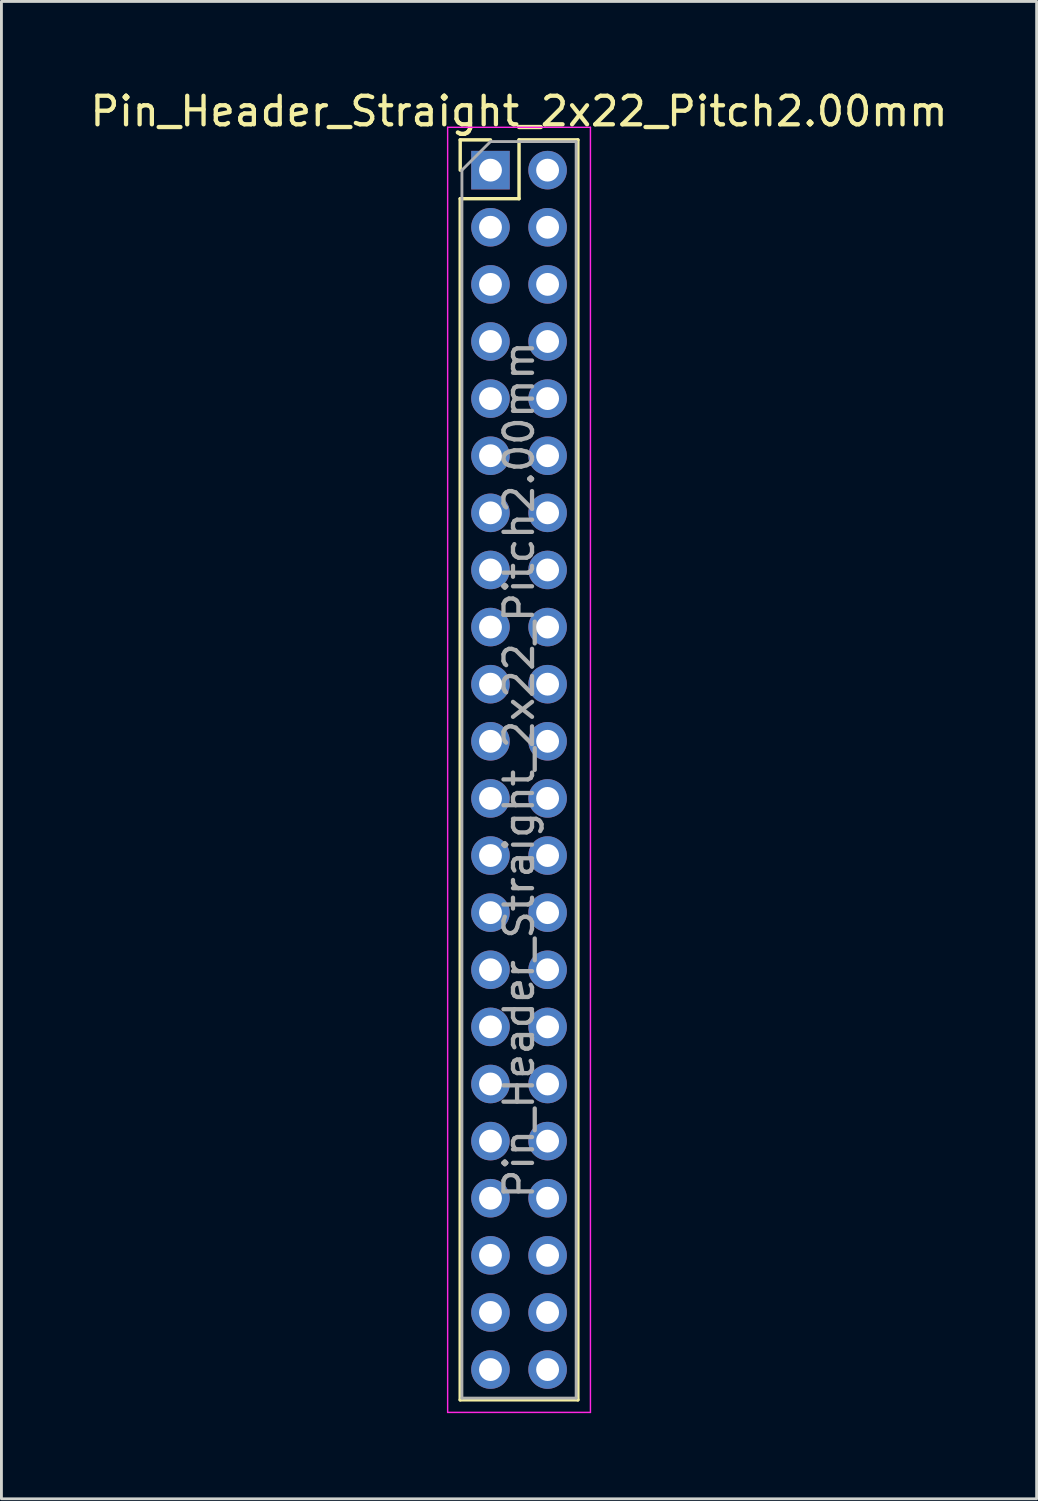
<source format=kicad_pcb>
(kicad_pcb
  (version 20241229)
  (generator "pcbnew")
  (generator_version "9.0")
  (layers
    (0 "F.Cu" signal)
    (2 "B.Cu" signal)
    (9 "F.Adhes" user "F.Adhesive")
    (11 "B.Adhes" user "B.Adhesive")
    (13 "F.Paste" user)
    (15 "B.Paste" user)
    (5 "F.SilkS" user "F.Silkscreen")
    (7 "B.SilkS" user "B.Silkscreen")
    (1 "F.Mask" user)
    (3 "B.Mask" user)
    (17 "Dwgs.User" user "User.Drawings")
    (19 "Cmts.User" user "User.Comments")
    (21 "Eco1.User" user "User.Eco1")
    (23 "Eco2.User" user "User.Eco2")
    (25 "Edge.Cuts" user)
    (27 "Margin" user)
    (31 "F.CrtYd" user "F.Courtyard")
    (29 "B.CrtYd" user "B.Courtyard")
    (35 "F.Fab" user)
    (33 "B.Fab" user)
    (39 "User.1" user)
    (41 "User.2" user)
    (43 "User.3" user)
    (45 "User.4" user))
  (footprint "Pin_Header_Straight_2x22_Pitch2.00mm"
    (layer "F.Cu")
    (at 14.125 2.908)
    (property "Reference" "Pin_Header_Straight_2x22_Pitch2.00mm" (at 1 -2.06 0) (layer "F.SilkS") (effects (font (size 1 1) (thickness 0.15))))
    (attr through_hole)
    (fp_line (start -1.06 -1.06) (end 0 -1.06) (stroke (width 0.12) (type solid)) (layer "F.SilkS"))
    (fp_line (start -1.06 0) (end -1.06 -1.06) (stroke (width 0.12) (type solid)) (layer "F.SilkS"))
    (fp_line (start -1.06 1) (end -1.06 43.06) (stroke (width 0.12) (type solid)) (layer "F.SilkS"))
    (fp_line (start -1.06 1) (end 1 1) (stroke (width 0.12) (type solid)) (layer "F.SilkS"))
    (fp_line (start -1.06 43.06) (end 3.06 43.06) (stroke (width 0.12) (type solid)) (layer "F.SilkS"))
    (fp_line (start 1 -1.06) (end 3.06 -1.06) (stroke (width 0.12) (type solid)) (layer "F.SilkS"))
    (fp_line (start 1 1) (end 1 -1.06) (stroke (width 0.12) (type solid)) (layer "F.SilkS"))
    (fp_line (start 3.06 -1.06) (end 3.06 43.06) (stroke (width 0.12) (type solid)) (layer "F.SilkS"))
    (fp_line (start -1.5 -1.5) (end -1.5 43.5) (stroke (width 0.05) (type solid)) (layer "F.CrtYd"))
    (fp_line (start -1.5 43.5) (end 3.5 43.5) (stroke (width 0.05) (type solid)) (layer "F.CrtYd"))
    (fp_line (start 3.5 -1.5) (end -1.5 -1.5) (stroke (width 0.05) (type solid)) (layer "F.CrtYd"))
    (fp_line (start 3.5 43.5) (end 3.5 -1.5) (stroke (width 0.05) (type solid)) (layer "F.CrtYd"))
    (fp_line (start -1 0) (end 0 -1) (stroke (width 0.1) (type solid)) (layer "F.Fab"))
    (fp_line (start -1 43) (end -1 0) (stroke (width 0.1) (type solid)) (layer "F.Fab"))
    (fp_line (start 0 -1) (end 3 -1) (stroke (width 0.1) (type solid)) (layer "F.Fab"))
    (fp_line (start 3 -1) (end 3 43) (stroke (width 0.1) (type solid)) (layer "F.Fab"))
    (fp_line (start 3 43) (end -1 43) (stroke (width 0.1) (type solid)) (layer "F.Fab"))
    (fp_text user "${REFERENCE}" (at 1 21 90) (layer "F.Fab") (effects (font (size 1 1) (thickness 0.15))))
    (pad "1" thru_hole rect (at 0 0) (size 1.35 1.35) (drill 0.8) (layers "*.Cu" "*.Mask"))
    (pad "2" thru_hole oval (at 2 0) (size 1.35 1.35) (drill 0.8) (layers "*.Cu" "*.Mask"))
    (pad "3" thru_hole oval (at 0 2) (size 1.35 1.35) (drill 0.8) (layers "*.Cu" "*.Mask"))
    (pad "4" thru_hole oval (at 2 2) (size 1.35 1.35) (drill 0.8) (layers "*.Cu" "*.Mask"))
    (pad "5" thru_hole oval (at 0 4) (size 1.35 1.35) (drill 0.8) (layers "*.Cu" "*.Mask"))
    (pad "6" thru_hole oval (at 2 4) (size 1.35 1.35) (drill 0.8) (layers "*.Cu" "*.Mask"))
    (pad "7" thru_hole oval (at 0 6) (size 1.35 1.35) (drill 0.8) (layers "*.Cu" "*.Mask"))
    (pad "8" thru_hole oval (at 2 6) (size 1.35 1.35) (drill 0.8) (layers "*.Cu" "*.Mask"))
    (pad "9" thru_hole oval (at 0 8) (size 1.35 1.35) (drill 0.8) (layers "*.Cu" "*.Mask"))
    (pad "10" thru_hole oval (at 2 8) (size 1.35 1.35) (drill 0.8) (layers "*.Cu" "*.Mask"))
    (pad "11" thru_hole oval (at 0 10) (size 1.35 1.35) (drill 0.8) (layers "*.Cu" "*.Mask"))
    (pad "12" thru_hole oval (at 2 10) (size 1.35 1.35) (drill 0.8) (layers "*.Cu" "*.Mask"))
    (pad "13" thru_hole oval (at 0 12) (size 1.35 1.35) (drill 0.8) (layers "*.Cu" "*.Mask"))
    (pad "14" thru_hole oval (at 2 12) (size 1.35 1.35) (drill 0.8) (layers "*.Cu" "*.Mask"))
    (pad "15" thru_hole oval (at 0 14) (size 1.35 1.35) (drill 0.8) (layers "*.Cu" "*.Mask"))
    (pad "16" thru_hole oval (at 2 14) (size 1.35 1.35) (drill 0.8) (layers "*.Cu" "*.Mask"))
    (pad "17" thru_hole oval (at 0 16) (size 1.35 1.35) (drill 0.8) (layers "*.Cu" "*.Mask"))
    (pad "18" thru_hole oval (at 2 16) (size 1.35 1.35) (drill 0.8) (layers "*.Cu" "*.Mask"))
    (pad "19" thru_hole oval (at 0 18) (size 1.35 1.35) (drill 0.8) (layers "*.Cu" "*.Mask"))
    (pad "20" thru_hole oval (at 2 18) (size 1.35 1.35) (drill 0.8) (layers "*.Cu" "*.Mask"))
    (pad "21" thru_hole oval (at 0 20) (size 1.35 1.35) (drill 0.8) (layers "*.Cu" "*.Mask"))
    (pad "22" thru_hole oval (at 2 20) (size 1.35 1.35) (drill 0.8) (layers "*.Cu" "*.Mask"))
    (pad "23" thru_hole oval (at 0 22) (size 1.35 1.35) (drill 0.8) (layers "*.Cu" "*.Mask"))
    (pad "24" thru_hole oval (at 2 22) (size 1.35 1.35) (drill 0.8) (layers "*.Cu" "*.Mask"))
    (pad "25" thru_hole oval (at 0 24) (size 1.35 1.35) (drill 0.8) (layers "*.Cu" "*.Mask"))
    (pad "26" thru_hole oval (at 2 24) (size 1.35 1.35) (drill 0.8) (layers "*.Cu" "*.Mask"))
    (pad "27" thru_hole oval (at 0 26) (size 1.35 1.35) (drill 0.8) (layers "*.Cu" "*.Mask"))
    (pad "28" thru_hole oval (at 2 26) (size 1.35 1.35) (drill 0.8) (layers "*.Cu" "*.Mask"))
    (pad "29" thru_hole oval (at 0 28) (size 1.35 1.35) (drill 0.8) (layers "*.Cu" "*.Mask"))
    (pad "30" thru_hole oval (at 2 28) (size 1.35 1.35) (drill 0.8) (layers "*.Cu" "*.Mask"))
    (pad "31" thru_hole oval (at 0 30) (size 1.35 1.35) (drill 0.8) (layers "*.Cu" "*.Mask"))
    (pad "32" thru_hole oval (at 2 30) (size 1.35 1.35) (drill 0.8) (layers "*.Cu" "*.Mask"))
    (pad "33" thru_hole oval (at 0 32) (size 1.35 1.35) (drill 0.8) (layers "*.Cu" "*.Mask"))
    (pad "34" thru_hole oval (at 2 32) (size 1.35 1.35) (drill 0.8) (layers "*.Cu" "*.Mask"))
    (pad "35" thru_hole oval (at 0 34) (size 1.35 1.35) (drill 0.8) (layers "*.Cu" "*.Mask"))
    (pad "36" thru_hole oval (at 2 34) (size 1.35 1.35) (drill 0.8) (layers "*.Cu" "*.Mask"))
    (pad "37" thru_hole oval (at 0 36) (size 1.35 1.35) (drill 0.8) (layers "*.Cu" "*.Mask"))
    (pad "38" thru_hole oval (at 2 36) (size 1.35 1.35) (drill 0.8) (layers "*.Cu" "*.Mask"))
    (pad "39" thru_hole oval (at 0 38) (size 1.35 1.35) (drill 0.8) (layers "*.Cu" "*.Mask"))
    (pad "40" thru_hole oval (at 2 38) (size 1.35 1.35) (drill 0.8) (layers "*.Cu" "*.Mask"))
    (pad "41" thru_hole oval (at 0 40) (size 1.35 1.35) (drill 0.8) (layers "*.Cu" "*.Mask"))
    (pad "42" thru_hole oval (at 2 40) (size 1.35 1.35) (drill 0.8) (layers "*.Cu" "*.Mask"))
    (pad "43" thru_hole oval (at 0 42) (size 1.35 1.35) (drill 0.8) (layers "*.Cu" "*.Mask"))
    (pad "44" thru_hole oval (at 2 42) (size 1.35 1.35) (drill 0.8) (layers "*.Cu" "*.Mask")))
  (gr_rect
    (start -3 -3)
    (end 33.25 49.433)
    (stroke (width 0.1) (type default))
    (fill no)
    (layer "Edge.Cuts")))
</source>
